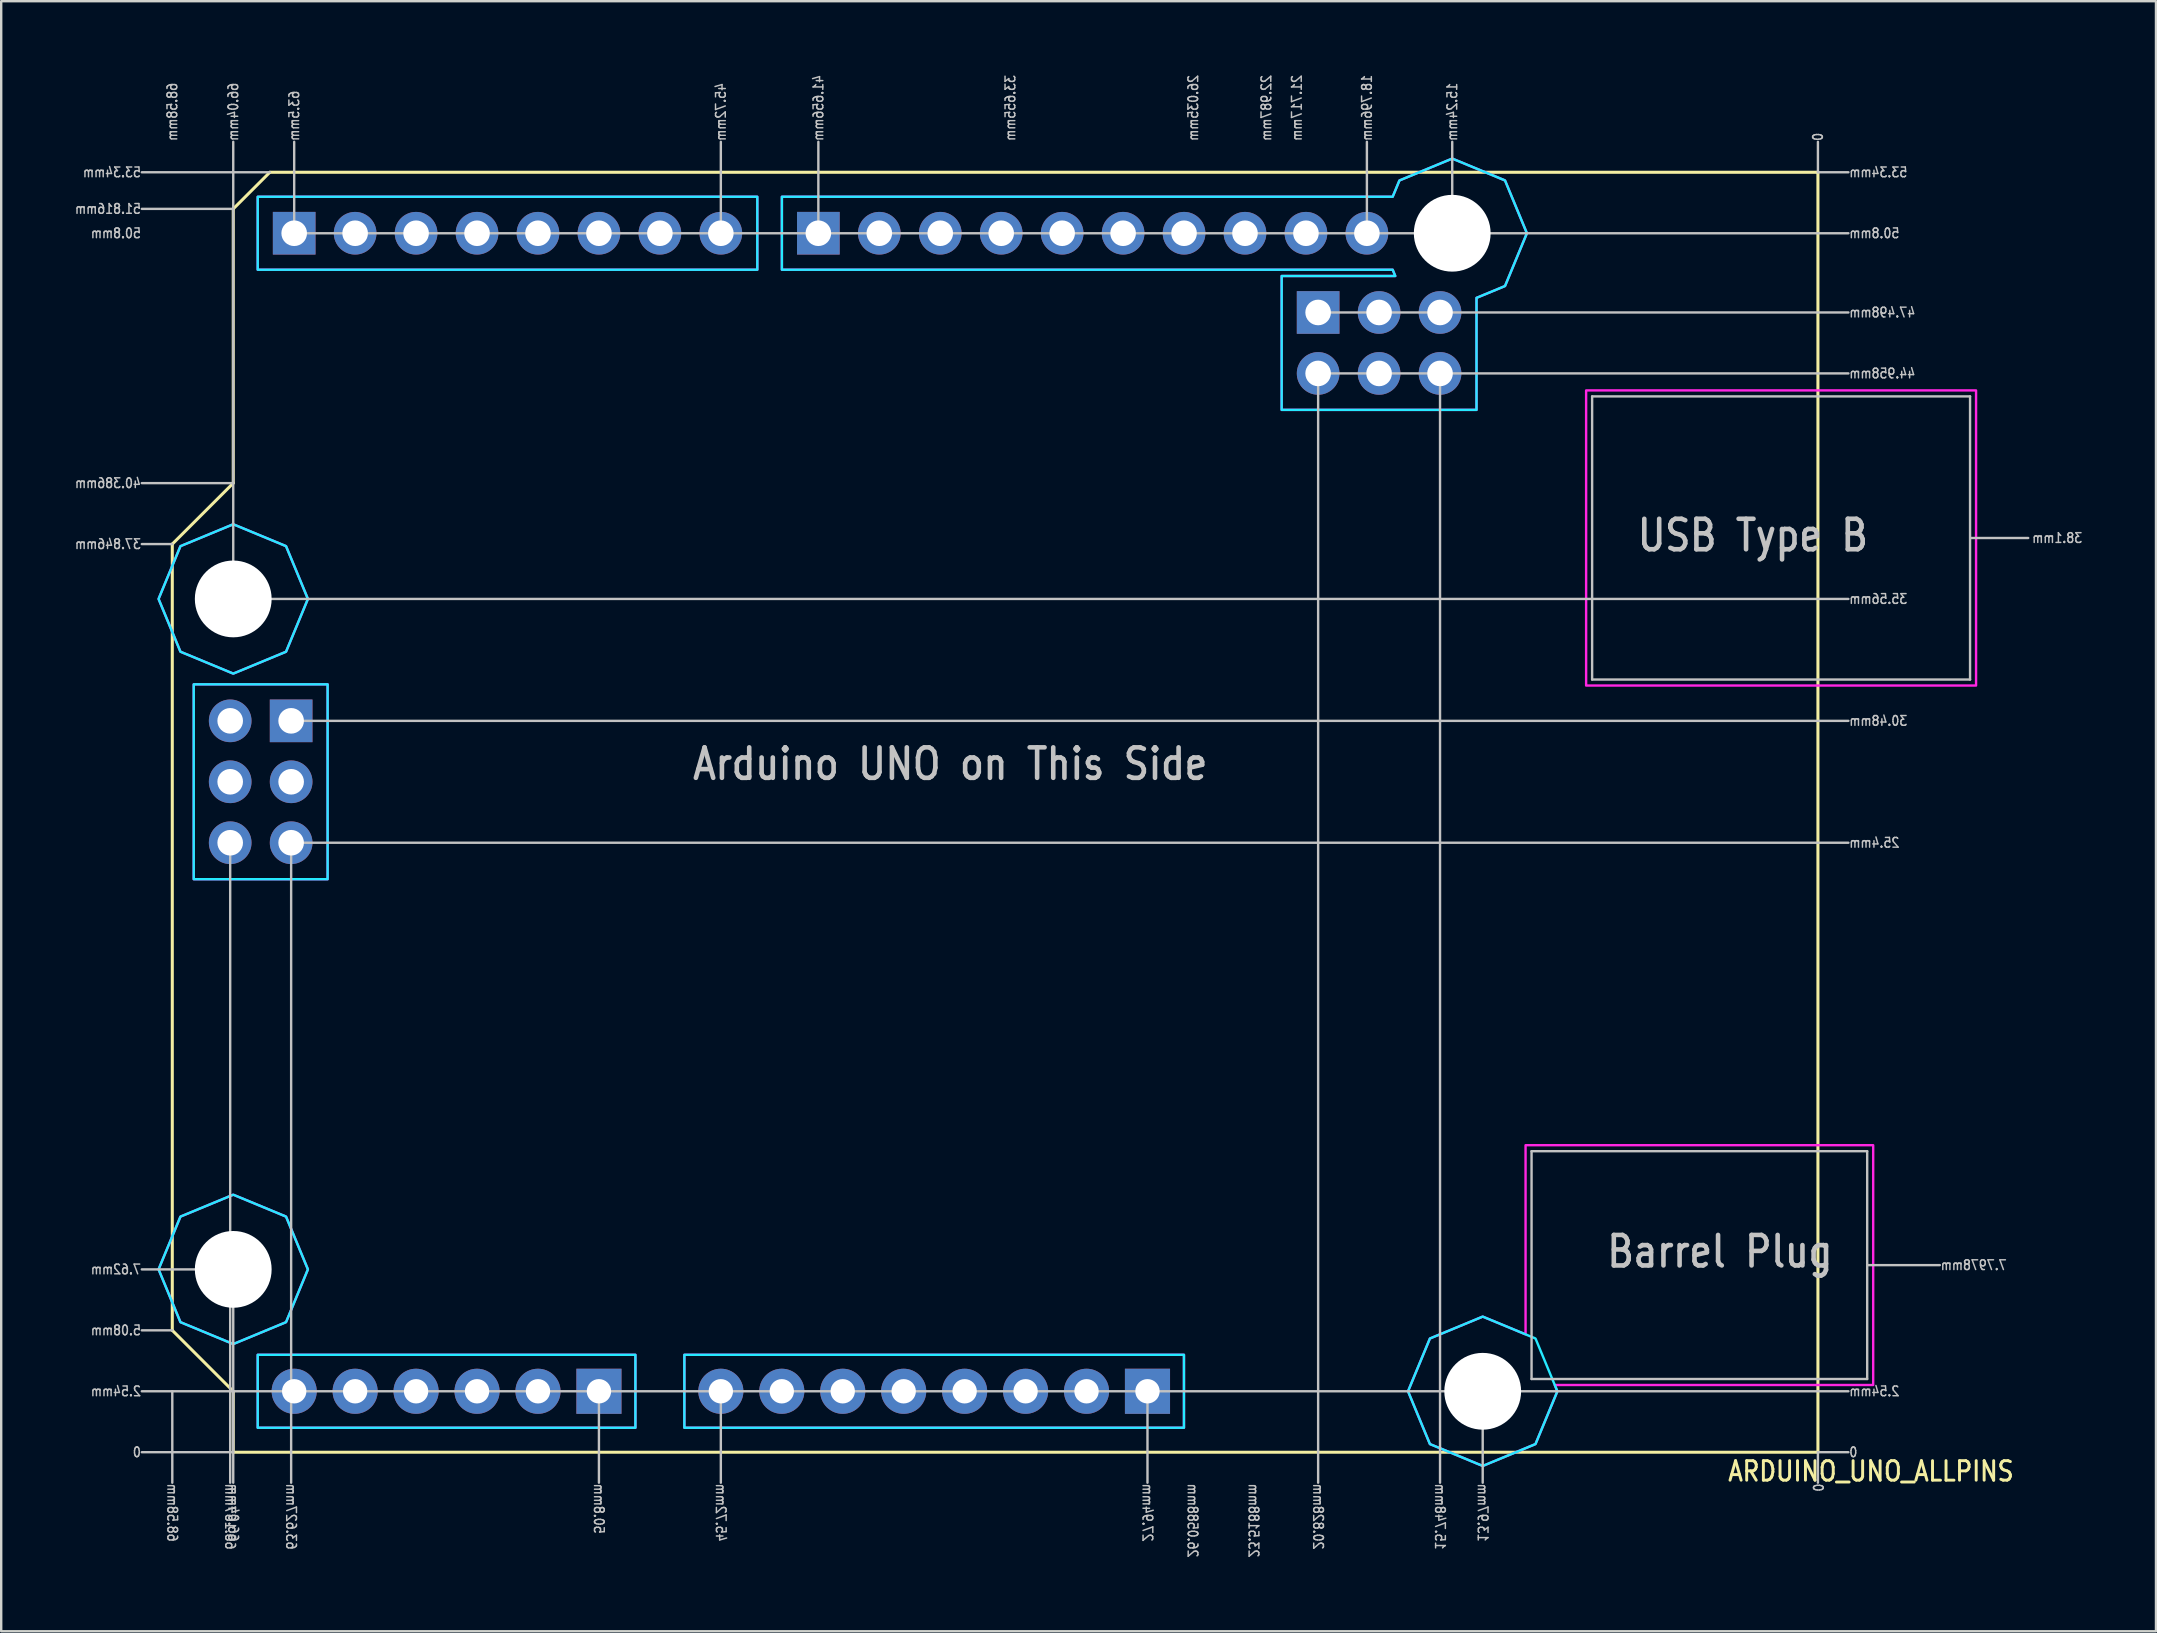
<source format=kicad_pcb>
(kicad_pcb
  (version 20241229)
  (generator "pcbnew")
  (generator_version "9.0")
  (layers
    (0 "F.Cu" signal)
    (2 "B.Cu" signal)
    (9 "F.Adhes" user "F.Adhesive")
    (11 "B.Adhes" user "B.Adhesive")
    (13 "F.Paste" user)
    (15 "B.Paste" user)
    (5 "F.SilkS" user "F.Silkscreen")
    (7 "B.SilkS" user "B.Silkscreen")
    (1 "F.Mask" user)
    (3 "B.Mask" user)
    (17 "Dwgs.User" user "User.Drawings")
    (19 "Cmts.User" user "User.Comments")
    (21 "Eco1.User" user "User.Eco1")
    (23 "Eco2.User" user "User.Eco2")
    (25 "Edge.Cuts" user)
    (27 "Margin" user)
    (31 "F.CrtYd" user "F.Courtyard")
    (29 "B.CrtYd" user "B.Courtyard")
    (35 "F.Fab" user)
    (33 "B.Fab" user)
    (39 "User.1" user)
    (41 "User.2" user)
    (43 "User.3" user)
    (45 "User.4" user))
  (footprint "ARDUINO_UNO_ALLPINS"
    (layer "F.Cu")
    (at 72.71 57.47)
    (property "Reference" "ARDUINO_UNO_ALLPINS" (at -3.81 1.27 0) (unlocked yes) (layer "F.SilkS") (effects (font (size 0.813 0.695) (thickness 0.122)) (justify left bottom)))
    (fp_circle (center -66.04 -35.56) (end -63.19 -35.56) (stroke (width 0) (type solid)) (fill yes) (layer "F.Mask"))
    (fp_circle (center -66.04 -35.56) (end -63.19 -35.56) (stroke (width 0) (type solid)) (fill yes) (layer "F.Mask"))
    (fp_circle (center -66.04 -7.62) (end -63.19 -7.62) (stroke (width 0) (type solid)) (fill yes) (layer "F.Mask"))
    (fp_circle (center -66.04 -7.62) (end -63.19 -7.62) (stroke (width 0) (type solid)) (fill yes) (layer "F.Mask"))
    (fp_circle (center -15.24 -50.8) (end -12.39 -50.8) (stroke (width 0) (type solid)) (fill yes) (layer "F.Mask"))
    (fp_circle (center -15.24 -50.8) (end -12.39 -50.8) (stroke (width 0) (type solid)) (fill yes) (layer "F.Mask"))
    (fp_circle (center -13.97 -2.54) (end -11.12 -2.54) (stroke (width 0) (type solid)) (fill yes) (layer "F.Mask"))
    (fp_circle (center -13.97 -2.54) (end -11.12 -2.54) (stroke (width 0) (type solid)) (fill yes) (layer "F.Mask"))
    (fp_circle (center -66.04 -35.56) (end -63.19 -35.56) (stroke (width 0) (type solid)) (fill yes) (layer "B.Mask"))
    (fp_circle (center -66.04 -7.62) (end -63.19 -7.62) (stroke (width 0) (type solid)) (fill yes) (layer "B.Mask"))
    (fp_circle (center -15.24 -50.8) (end -12.39 -50.8) (stroke (width 0) (type solid)) (fill yes) (layer "B.Mask"))
    (fp_circle (center -13.97 -2.54) (end -11.12 -2.54) (stroke (width 0) (type solid)) (fill yes) (layer "B.Mask"))
    (fp_line (start -68.58 -37.846) (end -68.58 -5.08) (stroke (width 0.127) (type solid)) (layer "F.SilkS"))
    (fp_line (start -68.58 -5.08) (end -66.04 -2.54) (stroke (width 0.127) (type solid)) (layer "F.SilkS"))
    (fp_line (start -66.04 -51.816) (end -66.04 -40.386) (stroke (width 0.127) (type solid)) (layer "F.SilkS"))
    (fp_line (start -66.04 -40.386) (end -68.58 -37.846) (stroke (width 0.127) (type solid)) (layer "F.SilkS"))
    (fp_line (start -66.04 -2.54) (end -66.04 0) (stroke (width 0.127) (type solid)) (layer "F.SilkS"))
    (fp_line (start -66.04 0) (end 0 0) (stroke (width 0.127) (type solid)) (layer "F.SilkS"))
    (fp_line (start -64.516 -53.34) (end -66.04 -51.816) (stroke (width 0.127) (type solid)) (layer "F.SilkS"))
    (fp_line (start 0 -53.34) (end -64.516 -53.34) (stroke (width 0.127) (type solid)) (layer "F.SilkS"))
    (fp_line (start 0 0) (end 0 -53.34) (stroke (width 0.127) (type solid)) (layer "F.SilkS"))
    (fp_line (start -68.58 -37.846) (end -69.85 -37.846) (stroke (width 0.1) (type solid)) (layer "Dwgs.User"))
    (fp_line (start -68.58 -5.08) (end -69.85 -5.08) (stroke (width 0.1) (type solid)) (layer "Dwgs.User"))
    (fp_line (start -68.58 -2.54) (end -68.58 1.27) (stroke (width 0.1) (type solid)) (layer "Dwgs.User"))
    (fp_line (start -66.167 -25.4) (end -66.167 1.27) (stroke (width 0.1) (type solid)) (layer "Dwgs.User"))
    (fp_line (start -66.04 -51.816) (end -69.85 -51.816) (stroke (width 0.1) (type solid)) (layer "Dwgs.User"))
    (fp_line (start -66.04 -40.386) (end -69.85 -40.386) (stroke (width 0.1) (type solid)) (layer "Dwgs.User"))
    (fp_line (start -66.04 -35.56) (end -66.04 -54.61) (stroke (width 0.1) (type solid)) (layer "Dwgs.User"))
    (fp_line (start -66.04 -35.56) (end 1.27 -35.56) (stroke (width 0.1) (type solid)) (layer "Dwgs.User"))
    (fp_line (start -66.04 -7.62) (end -69.85 -7.62) (stroke (width 0.1) (type solid)) (layer "Dwgs.User"))
    (fp_line (start -66.04 0) (end -69.85 0) (stroke (width 0.1) (type solid)) (layer "Dwgs.User"))
    (fp_line (start -66.04 1.27) (end -66.04 -7.62) (stroke (width 0.1) (type solid)) (layer "Dwgs.User"))
    (fp_line (start -64.516 -53.34) (end -69.85 -53.34) (stroke (width 0.1) (type solid)) (layer "Dwgs.User"))
    (fp_line (start -63.627 -25.4) (end -63.627 1.27) (stroke (width 0.1) (type solid)) (layer "Dwgs.User"))
    (fp_line (start -63.627 -25.4) (end 1.27 -25.4) (stroke (width 0.1) (type solid)) (layer "Dwgs.User"))
    (fp_line (start -63.5 -50.8) (end -63.5 -54.61) (stroke (width 0.1) (type solid)) (layer "Dwgs.User"))
    (fp_line (start -63.5 -50.8) (end -45.72 -50.8) (stroke (width 0.1) (type solid)) (layer "Dwgs.User"))
    (fp_line (start -63.5 -30.48) (end 1.27 -30.48) (stroke (width 0.1) (type solid)) (layer "Dwgs.User"))
    (fp_line (start -50.8 -2.54) (end -50.8 1.27) (stroke (width 0.1) (type solid)) (layer "Dwgs.User"))
    (fp_line (start -45.72 -50.8) (end -45.72 -54.61) (stroke (width 0.1) (type solid)) (layer "Dwgs.User"))
    (fp_line (start -45.72 -50.8) (end -41.656 -50.8) (stroke (width 0.1) (type solid)) (layer "Dwgs.User"))
    (fp_line (start -45.72 -2.54) (end -45.72 1.27) (stroke (width 0.1) (type solid)) (layer "Dwgs.User"))
    (fp_line (start -41.656 -50.8) (end -41.656 -54.61) (stroke (width 0.1) (type solid)) (layer "Dwgs.User"))
    (fp_line (start -41.656 -50.8) (end -18.796 -50.8) (stroke (width 0.1) (type solid)) (layer "Dwgs.User"))
    (fp_line (start -27.94 -2.54) (end -27.94 1.27) (stroke (width 0.1) (type solid)) (layer "Dwgs.User"))
    (fp_line (start -20.828 -47.498) (end 1.27 -47.498) (stroke (width 0.1) (type solid)) (layer "Dwgs.User"))
    (fp_line (start -20.828 -44.958) (end -20.828 1.27) (stroke (width 0.1) (type solid)) (layer "Dwgs.User"))
    (fp_line (start -20.828 -44.958) (end -15.748 -44.958) (stroke (width 0.1) (type solid)) (layer "Dwgs.User"))
    (fp_line (start -18.796 -50.8) (end -18.796 -54.61) (stroke (width 0.1) (type solid)) (layer "Dwgs.User"))
    (fp_line (start -18.796 -50.8) (end -15.24 -50.8) (stroke (width 0.1) (type solid)) (layer "Dwgs.User"))
    (fp_line (start -15.748 -44.958) (end -15.748 1.27) (stroke (width 0.1) (type solid)) (layer "Dwgs.User"))
    (fp_line (start -15.748 -44.958) (end 1.27 -44.958) (stroke (width 0.1) (type solid)) (layer "Dwgs.User"))
    (fp_line (start -15.24 -50.8) (end -15.24 -54.61) (stroke (width 0.1) (type solid)) (layer "Dwgs.User"))
    (fp_line (start -15.24 -50.8) (end 1.27 -50.8) (stroke (width 0.1) (type solid)) (layer "Dwgs.User"))
    (fp_line (start -13.97 -2.54) (end -69.85 -2.54) (stroke (width 0.1) (type solid)) (layer "Dwgs.User"))
    (fp_line (start -13.97 -2.54) (end -13.97 1.27) (stroke (width 0.1) (type solid)) (layer "Dwgs.User"))
    (fp_line (start -13.97 -2.54) (end 1.27 -2.54) (stroke (width 0.1) (type solid)) (layer "Dwgs.User"))
    (fp_line (start -11.934 -12.544) (end -11.934 -3.052) (stroke (width 0.1) (type solid)) (layer "Dwgs.User"))
    (fp_line (start -11.934 -3.052) (end 2.053 -3.052) (stroke (width 0.1) (type solid)) (layer "Dwgs.User"))
    (fp_line (start -9.41 -44) (end 6.34 -44) (stroke (width 0.1) (type solid)) (layer "Dwgs.User"))
    (fp_line (start -9.41 -32.2) (end -9.41 -44) (stroke (width 0.1) (type solid)) (layer "Dwgs.User"))
    (fp_line (start 0 -53.34) (end 0 -54.61) (stroke (width 0.1) (type solid)) (layer "Dwgs.User"))
    (fp_line (start 0 -53.34) (end 1.27 -53.34) (stroke (width 0.1) (type solid)) (layer "Dwgs.User"))
    (fp_line (start 0 0) (end 0 1.27) (stroke (width 0.1) (type solid)) (layer "Dwgs.User"))
    (fp_line (start 0 0) (end 1.27 0) (stroke (width 0.1) (type solid)) (layer "Dwgs.User"))
    (fp_line (start 2.053 -12.544) (end -11.934 -12.544) (stroke (width 0.1) (type solid)) (layer "Dwgs.User"))
    (fp_line (start 2.053 -7.798) (end 5.08 -7.798) (stroke (width 0.1) (type solid)) (layer "Dwgs.User"))
    (fp_line (start 2.053 -3.052) (end 2.053 -12.544) (stroke (width 0.1) (type solid)) (layer "Dwgs.User"))
    (fp_line (start 6.34 -44) (end 6.34 -32.2) (stroke (width 0.1) (type solid)) (layer "Dwgs.User"))
    (fp_line (start 6.34 -32.2) (end -9.41 -32.2) (stroke (width 0.1) (type solid)) (layer "Dwgs.User"))
    (fp_line (start 6.35 -38.1) (end 8.763 -38.1) (stroke (width 0.1) (type solid)) (layer "Dwgs.User"))
    (fp_poly (pts (xy -62.107 -32) (xy -67.687 -32) (xy -67.687 -23.88) (xy -62.107 -23.88)) (stroke (width 0.1) (type solid)) (fill no) (layer "B.CrtYd"))
    (fp_poly (pts (xy -49.28 -4.06) (xy -65.02 -4.06) (xy -65.02 -1.02) (xy -49.28 -1.02)) (stroke (width 0.1) (type solid)) (fill no) (layer "B.CrtYd"))
    (fp_poly (pts (xy -44.2 -52.32) (xy -65.02 -52.32) (xy -65.02 -49.28) (xy -44.2 -49.28)) (stroke (width 0.1) (type solid)) (fill no) (layer "B.CrtYd"))
    (fp_poly (pts (xy -26.42 -4.06) (xy -47.24 -4.06) (xy -47.24 -1.02) (xy -26.42 -1.02)) (stroke (width 0.1) (type solid)) (fill no) (layer "B.CrtYd"))
    (fp_poly (pts (xy -69.152 -35.56) (xy -68.24 -37.76) (xy -66.04 -38.672) (xy -63.84 -37.76) (xy -62.928 -35.56) (xy -63.84 -33.36) (xy -66.04 -32.448) (xy -68.24 -33.36)) (stroke (width 0.1) (type solid)) (fill no) (layer "B.CrtYd"))
    (fp_poly (pts (xy -69.152 -7.62) (xy -68.24 -9.82) (xy -66.04 -10.732) (xy -63.84 -9.82) (xy -62.928 -7.62) (xy -63.84 -5.42) (xy -66.04 -4.508) (xy -68.24 -5.42)) (stroke (width 0.1) (type solid)) (fill no) (layer "B.CrtYd"))
    (fp_poly (pts (xy -17.082 -2.54) (xy -16.17 -4.74) (xy -13.97 -5.652) (xy -11.77 -4.74) (xy -10.858 -2.54) (xy -11.77 -0.34) (xy -13.97 0.572) (xy -16.17 -0.34)) (stroke (width 0.1) (type solid)) (fill no) (layer "B.CrtYd"))
    (fp_poly (pts (xy -17.722 -52.32) (xy -17.44 -53) (xy -15.24 -53.912) (xy -13.04 -53) (xy -12.128 -50.8) (xy -13.04 -48.6) (xy -14.228 -48.107) (xy -14.228 -43.438) (xy -22.348 -43.438) (xy -22.348 -49.018) (xy -17.614 -49.018) (xy -17.722 -49.28) (xy -43.176 -49.28) (xy -43.176 -52.32)) (stroke (width 0.1) (type solid)) (fill no) (layer "B.CrtYd"))
    (fp_poly (pts (xy -62.107 -32) (xy -67.687 -32) (xy -67.687 -23.88) (xy -62.107 -23.88)) (stroke (width 0.1) (type solid)) (fill no) (layer "F.CrtYd"))
    (fp_poly (pts (xy -49.28 -4.06) (xy -65.02 -4.06) (xy -65.02 -1.02) (xy -49.28 -1.02)) (stroke (width 0.1) (type solid)) (fill no) (layer "F.CrtYd"))
    (fp_poly (pts (xy -44.2 -52.32) (xy -65.02 -52.32) (xy -65.02 -49.28) (xy -44.2 -49.28)) (stroke (width 0.1) (type solid)) (fill no) (layer "F.CrtYd"))
    (fp_poly (pts (xy -26.42 -4.06) (xy -47.24 -4.06) (xy -47.24 -1.02) (xy -26.42 -1.02)) (stroke (width 0.1) (type solid)) (fill no) (layer "F.CrtYd"))
    (fp_poly (pts (xy 6.59 -44.25) (xy -9.66 -44.25) (xy -9.66 -31.95) (xy 6.59 -31.95)) (stroke (width 0.1) (type solid)) (fill no) (layer "F.CrtYd"))
    (fp_poly (pts (xy -69.152 -35.56) (xy -68.24 -37.76) (xy -66.04 -38.672) (xy -63.84 -37.76) (xy -62.928 -35.56) (xy -63.84 -33.36) (xy -66.04 -32.448) (xy -68.24 -33.36)) (stroke (width 0.1) (type solid)) (fill no) (layer "F.CrtYd"))
    (fp_poly (pts (xy -69.152 -7.62) (xy -68.24 -9.82) (xy -66.04 -10.732) (xy -63.84 -9.82) (xy -62.928 -7.62) (xy -63.84 -5.42) (xy -66.04 -4.508) (xy -68.24 -5.42)) (stroke (width 0.1) (type solid)) (fill no) (layer "F.CrtYd"))
    (fp_poly (pts (xy -17.082 -2.54) (xy -16.17 -4.74) (xy -13.97 -5.652) (xy -12.184 -4.912) (xy -12.184 -12.794) (xy 2.303 -12.794) (xy 2.303 -2.802) (xy -10.967 -2.802) (xy -10.858 -2.54) (xy -11.77 -0.34) (xy -13.97 0.572) (xy -16.17 -0.34)) (stroke (width 0.1) (type solid)) (fill no) (layer "F.CrtYd"))
    (fp_poly (pts (xy -17.722 -52.32) (xy -17.44 -53) (xy -15.24 -53.912) (xy -13.04 -53) (xy -12.128 -50.8) (xy -13.04 -48.6) (xy -14.228 -48.107) (xy -14.228 -43.438) (xy -22.348 -43.438) (xy -22.348 -49.018) (xy -17.614 -49.018) (xy -17.722 -49.28) (xy -43.176 -49.28) (xy -43.176 -52.32)) (stroke (width 0.1) (type solid)) (fill no) (layer "F.CrtYd"))
    (fp_text user "50.8mm" (at -69.85 -50.8 0) (unlocked yes) (layer "Dwgs.User") (effects (font (size 0.406 0.347) (thickness 0.061)) (justify left mirror)))
    (fp_text user "45.72mm" (at -45.72 1.27 270) (unlocked yes) (layer "Dwgs.User") (effects (font (size 0.406 0.347) (thickness 0.061)) (justify right mirror)))
    (fp_text user "0" (at 1.27 0 0) (unlocked yes) (layer "Dwgs.User") (effects (font (size 0.406 0.347) (thickness 0.061)) (justify right mirror)))
    (fp_text user "15.748mm" (at -15.748 1.27 270) (unlocked yes) (layer "Dwgs.User") (effects (font (size 0.406 0.347) (thickness 0.061)) (justify right mirror)))
    (fp_text user "33.655mm" (at -33.655 -54.61 90) (unlocked yes) (layer "Dwgs.User") (effects (font (size 0.406 0.347) (thickness 0.061)) (justify right mirror)))
    (fp_text user "13.97mm" (at -13.97 1.27 270) (unlocked yes) (layer "Dwgs.User") (effects (font (size 0.406 0.347) (thickness 0.061)) (justify right mirror)))
    (fp_text user "22.987mm" (at -22.987 -54.61 90) (unlocked yes) (layer "Dwgs.User") (effects (font (size 0.406 0.347) (thickness 0.061)) (justify right mirror)))
    (fp_text user "2.54mm" (at -69.85 -2.54 0) (unlocked yes) (layer "Dwgs.User") (effects (font (size 0.406 0.347) (thickness 0.061)) (justify left mirror)))
    (fp_text user "66.04mm" (at -66.04 -54.61 90) (unlocked yes) (layer "Dwgs.User") (effects (font (size 0.406 0.347) (thickness 0.061)) (justify right mirror)))
    (fp_text user "44.958mm" (at 1.27 -44.958 0) (unlocked yes) (layer "Dwgs.User") (effects (font (size 0.406 0.347) (thickness 0.061)) (justify right mirror)))
    (fp_text user "66.04mm" (at -66.04 1.27 270) (unlocked yes) (layer "Dwgs.User") (effects (font (size 0.406 0.347) (thickness 0.061)) (justify right mirror)))
    (fp_text user "40.386mm" (at -69.85 -40.386 0) (unlocked yes) (layer "Dwgs.User") (effects (font (size 0.406 0.347) (thickness 0.061)) (justify left mirror)))
    (fp_text user "68.58mm" (at -68.58 1.27 270) (unlocked yes) (layer "Dwgs.User") (effects (font (size 0.406 0.347) (thickness 0.061)) (justify right mirror)))
    (fp_text user "25.4mm" (at 1.27 -25.4 0) (unlocked yes) (layer "Dwgs.User") (effects (font (size 0.406 0.347) (thickness 0.061)) (justify right mirror)))
    (fp_text user "26.035mm" (at -26.035 -54.61 90) (unlocked yes) (layer "Dwgs.User") (effects (font (size 0.406 0.347) (thickness 0.061)) (justify right mirror)))
    (fp_text user "53.34mm" (at -69.85 -53.34 0) (unlocked yes) (layer "Dwgs.User") (effects (font (size 0.406 0.347) (thickness 0.061)) (justify left mirror)))
    (fp_text user "21.717mm" (at -21.717 -54.61 90) (unlocked yes) (layer "Dwgs.User") (effects (font (size 0.406 0.347) (thickness 0.061)) (justify right mirror)))
    (fp_text user "50.8mm" (at 1.27 -50.8 0) (unlocked yes) (layer "Dwgs.User") (effects (font (size 0.406 0.347) (thickness 0.061)) (justify right mirror)))
    (fp_text user "50.8mm" (at -50.8 1.27 270) (unlocked yes) (layer "Dwgs.User") (effects (font (size 0.406 0.347) (thickness 0.061)) (justify right mirror)))
    (fp_text user "20.828mm" (at -20.828 1.27 270) (unlocked yes) (layer "Dwgs.User") (effects (font (size 0.406 0.347) (thickness 0.061)) (justify right mirror)))
    (fp_text user "7.7978mm" (at 5.08 -7.798 0) (unlocked yes) (layer "Dwgs.User") (effects (font (size 0.406 0.347) (thickness 0.061)) (justify right mirror)))
    (fp_text user "53.34mm" (at 1.27 -53.34 0) (unlocked yes) (layer "Dwgs.User") (effects (font (size 0.406 0.347) (thickness 0.061)) (justify right mirror)))
    (fp_text user "37.846mm" (at -69.85 -37.846 0) (unlocked yes) (layer "Dwgs.User") (effects (font (size 0.406 0.347) (thickness 0.061)) (justify left mirror)))
    (fp_text user "2.54mm" (at 1.27 -2.54 0) (unlocked yes) (layer "Dwgs.User") (effects (font (size 0.406 0.347) (thickness 0.061)) (justify right mirror)))
    (fp_text user "0" (at -69.85 0 0) (unlocked yes) (layer "Dwgs.User") (effects (font (size 0.406 0.347) (thickness 0.061)) (justify left mirror)))
    (fp_text user "0" (at 0 -54.61 90) (unlocked yes) (layer "Dwgs.User") (effects (font (size 0.406 0.347) (thickness 0.061)) (justify right mirror)))
    (fp_text user "51.816mm" (at -69.85 -51.816 0) (unlocked yes) (layer "Dwgs.User") (effects (font (size 0.406 0.347) (thickness 0.061)) (justify left mirror)))
    (fp_text user "USB Type B" (at -7.62 -37.465 0) (unlocked yes) (layer "Dwgs.User") (effects (font (size 1.27 1.086) (thickness 0.191)) (justify left bottom)))
    (fp_text user "0" (at 0 1.27 270) (unlocked yes) (layer "Dwgs.User") (effects (font (size 0.406 0.347) (thickness 0.061)) (justify right mirror)))
    (fp_text user "27.94mm" (at -27.94 1.27 270) (unlocked yes) (layer "Dwgs.User") (effects (font (size 0.406 0.347) (thickness 0.061)) (justify right mirror)))
    (fp_text user "63.5mm" (at -63.5 -54.61 90) (unlocked yes) (layer "Dwgs.User") (effects (font (size 0.406 0.347) (thickness 0.061)) (justify right mirror)))
    (fp_text user "41.656mm" (at -41.656 -54.61 90) (unlocked yes) (layer "Dwgs.User") (effects (font (size 0.406 0.347) (thickness 0.061)) (justify right mirror)))
    (fp_text user "66.167mm" (at -66.167 1.27 270) (unlocked yes) (layer "Dwgs.User") (effects (font (size 0.406 0.347) (thickness 0.061)) (justify right mirror)))
    (fp_text user "18.796mm" (at -18.796 -54.61 90) (unlocked yes) (layer "Dwgs.User") (effects (font (size 0.406 0.347) (thickness 0.061)) (justify right mirror)))
    (fp_text user "30.48mm" (at 1.27 -30.48 0) (unlocked yes) (layer "Dwgs.User") (effects (font (size 0.406 0.347) (thickness 0.061)) (justify right mirror)))
    (fp_text user "26.0588mm" (at -26.059 1.27 270) (unlocked yes) (layer "Dwgs.User") (effects (font (size 0.406 0.347) (thickness 0.061)) (justify right mirror)))
    (fp_text user "47.498mm" (at 1.27 -47.498 0) (unlocked yes) (layer "Dwgs.User") (effects (font (size 0.406 0.347) (thickness 0.061)) (justify right mirror)))
    (fp_text user "35.56mm" (at 1.27 -35.56 0) (unlocked yes) (layer "Dwgs.User") (effects (font (size 0.406 0.347) (thickness 0.061)) (justify right mirror)))
    (fp_text user "Arduino UNO on This Side" (at -46.99 -27.94 0) (unlocked yes) (layer "Dwgs.User") (effects (font (size 1.27 1.086) (thickness 0.191)) (justify left bottom)))
    (fp_text user "23.5188mm" (at -23.519 1.27 270) (unlocked yes) (layer "Dwgs.User") (effects (font (size 0.406 0.347) (thickness 0.061)) (justify right mirror)))
    (fp_text user "7.62mm" (at -69.85 -7.62 0) (unlocked yes) (layer "Dwgs.User") (effects (font (size 0.406 0.347) (thickness 0.061)) (justify left mirror)))
    (fp_text user "68.58mm" (at -68.58 -54.61 90) (unlocked yes) (layer "Dwgs.User") (effects (font (size 0.406 0.347) (thickness 0.061)) (justify right mirror)))
    (fp_text user "15.24mm" (at -15.24 -54.61 90) (unlocked yes) (layer "Dwgs.User") (effects (font (size 0.406 0.347) (thickness 0.061)) (justify right mirror)))
    (fp_text user "5.08mm" (at -69.85 -5.08 0) (unlocked yes) (layer "Dwgs.User") (effects (font (size 0.406 0.347) (thickness 0.061)) (justify left mirror)))
    (fp_text user "Barrel Plug" (at -8.89 -7.62 0) (unlocked yes) (layer "Dwgs.User") (effects (font (size 1.27 1.086) (thickness 0.191)) (justify left bottom)))
    (fp_text user "45.72mm" (at -45.72 -54.61 90) (unlocked yes) (layer "Dwgs.User") (effects (font (size 0.406 0.347) (thickness 0.061)) (justify right mirror)))
    (fp_text user "63.627mm" (at -63.627 1.27 270) (unlocked yes) (layer "Dwgs.User") (effects (font (size 0.406 0.347) (thickness 0.061)) (justify right mirror)))
    (fp_text user "38.1mm" (at 8.89 -38.1 0) (unlocked yes) (layer "Dwgs.User") (effects (font (size 0.406 0.347) (thickness 0.061)) (justify right mirror)))
    (pad "" np_thru_hole circle (at -66.04 -35.56) (size 3.2 3.2) (drill 3.2) (layers "*.Cu" "*.Mask"))
    (pad "" np_thru_hole circle (at -66.04 -7.62) (size 3.2 3.2) (drill 3.2) (layers "*.Cu" "*.Mask"))
    (pad "" np_thru_hole circle (at -15.24 -50.8) (size 3.2 3.2) (drill 3.2) (layers "*.Cu" "*.Mask"))
    (pad "" np_thru_hole circle (at -13.97 -2.54) (size 3.2 3.2) (drill 3.2) (layers "*.Cu" "*.Mask"))
    (pad "0" thru_hole rect (at -63.5 -50.8 270) (size 1.778 1.778) (drill 1.067) (layers "*.Cu" "*.Mask"))
    (pad "1" thru_hole oval (at -60.96 -50.8 270) (size 1.778 1.778) (drill 1.067) (layers "*.Cu" "*.Mask"))
    (pad "2" thru_hole oval (at -58.42 -50.8 270) (size 1.778 1.778) (drill 1.067) (layers "*.Cu" "*.Mask"))
    (pad "3" thru_hole oval (at -55.88 -50.8 270) (size 1.778 1.778) (drill 1.067) (layers "*.Cu" "*.Mask"))
    (pad "3V3" thru_hole oval (at -35.56 -2.54 90) (size 1.88 1.88) (drill 1.016) (layers "*.Cu" "*.Mask"))
    (pad "4" thru_hole oval (at -53.34 -50.8 270) (size 1.778 1.778) (drill 1.067) (layers "*.Cu" "*.Mask"))
    (pad "5" thru_hole oval (at -50.8 -50.8 270) (size 1.778 1.778) (drill 1.067) (layers "*.Cu" "*.Mask"))
    (pad "5V0" thru_hole oval (at -38.1 -2.54 90) (size 1.88 1.88) (drill 1.016) (layers "*.Cu" "*.Mask"))
    (pad "5V_1" thru_hole oval (at -20.828 -44.958 270) (size 1.778 1.778) (drill 1.067) (layers "*.Cu" "*.Mask"))
    (pad "5V_2" thru_hole oval (at -66.167 -30.48 180) (size 1.778 1.778) (drill 1.067) (layers "*.Cu" "*.Mask"))
    (pad "6" thru_hole oval (at -48.26 -50.8 270) (size 1.778 1.778) (drill 1.067) (layers "*.Cu" "*.Mask"))
    (pad "7" thru_hole oval (at -45.72 -50.8 270) (size 1.778 1.778) (drill 1.067) (layers "*.Cu" "*.Mask"))
    (pad "8" thru_hole rect (at -41.656 -50.8 270) (size 1.778 1.778) (drill 1.067) (layers "*.Cu" "*.Mask"))
    (pad "9" thru_hole oval (at -39.116 -50.8 270) (size 1.778 1.778) (drill 1.067) (layers "*.Cu" "*.Mask"))
    (pad "10" thru_hole oval (at -36.576 -50.8 270) (size 1.778 1.778) (drill 1.067) (layers "*.Cu" "*.Mask"))
    (pad "11" thru_hole oval (at -34.036 -50.8 270) (size 1.778 1.778) (drill 1.067) (layers "*.Cu" "*.Mask"))
    (pad "12" thru_hole oval (at -31.496 -50.8 270) (size 1.778 1.778) (drill 1.067) (layers "*.Cu" "*.Mask"))
    (pad "13" thru_hole oval (at -28.956 -50.8 270) (size 1.778 1.778) (drill 1.067) (layers "*.Cu" "*.Mask"))
    (pad "A0" thru_hole rect (at -50.8 -2.54 90) (size 1.88 1.88) (drill 1.016) (layers "*.Cu" "*.Mask"))
    (pad "A1" thru_hole oval (at -53.34 -2.54 90) (size 1.88 1.88) (drill 1.016) (layers "*.Cu" "*.Mask"))
    (pad "A2" thru_hole oval (at -55.88 -2.54 90) (size 1.88 1.88) (drill 1.016) (layers "*.Cu" "*.Mask"))
    (pad "A3" thru_hole oval (at -58.42 -2.54 90) (size 1.88 1.88) (drill 1.016) (layers "*.Cu" "*.Mask"))
    (pad "A4" thru_hole oval (at -60.96 -2.54 90) (size 1.88 1.88) (drill 1.016) (layers "*.Cu" "*.Mask"))
    (pad "A5" thru_hole oval (at -63.5 -2.54 90) (size 1.88 1.88) (drill 1.016) (layers "*.Cu" "*.Mask"))
    (pad "AREF" thru_hole oval (at -23.876 -50.8 270) (size 1.778 1.778) (drill 1.067) (layers "*.Cu" "*.Mask"))
    (pad "GND" thru_hole oval (at -40.64 -2.54 90) (size 1.88 1.88) (drill 1.016) (layers "*.Cu" "*.Mask"))
    (pad "GND_1" thru_hole oval (at -43.18 -2.54 90) (size 1.88 1.88) (drill 1.016) (layers "*.Cu" "*.Mask"))
    (pad "GND_2" thru_hole oval (at -15.748 -44.958 270) (size 1.778 1.778) (drill 1.067) (layers "*.Cu" "*.Mask"))
    (pad "GND_4" thru_hole oval (at -26.416 -50.8 270) (size 1.778 1.778) (drill 1.067) (layers "*.Cu" "*.Mask"))
    (pad "GND_5" thru_hole oval (at -66.167 -25.4 180) (size 1.778 1.778) (drill 1.067) (layers "*.Cu" "*.Mask"))
    (pad "IOREF" thru_hole oval (at -30.48 -2.54 90) (size 1.88 1.88) (drill 1.016) (layers "*.Cu" "*.Mask"))
    (pad "MASTER_RESET_SPI" thru_hole oval (at -63.627 -25.4 180) (size 1.778 1.778) (drill 1.067) (layers "*.Cu" "*.Mask"))
    (pad "MISO" thru_hole rect (at -63.627 -30.48 180) (size 1.778 1.778) (drill 1.067) (layers "*.Cu" "*.Mask"))
    (pad "MISO2" thru_hole rect (at -20.828 -47.498 270) (size 1.778 1.778) (drill 1.067) (layers "*.Cu" "*.Mask"))
    (pad "MOSI" thru_hole oval (at -66.167 -27.94 180) (size 1.778 1.778) (drill 1.067) (layers "*.Cu" "*.Mask"))
    (pad "MOSI2" thru_hole oval (at -18.288 -44.958 270) (size 1.778 1.778) (drill 1.067) (layers "*.Cu" "*.Mask"))
    (pad "NC_2" thru_hole rect (at -27.94 -2.54 90) (size 1.88 1.88) (drill 1.016) (layers "*.Cu" "*.Mask"))
    (pad "RESET" thru_hole oval (at -33.02 -2.54 90) (size 1.88 1.88) (drill 1.016) (layers "*.Cu" "*.Mask"))
    (pad "RESET2" thru_hole oval (at -15.748 -47.498 270) (size 1.778 1.778) (drill 1.067) (layers "*.Cu" "*.Mask"))
    (pad "SCL" thru_hole oval (at -18.796 -50.8 270) (size 1.778 1.778) (drill 1.067) (layers "*.Cu" "*.Mask"))
    (pad "SDA" thru_hole oval (at -21.336 -50.8 270) (size 1.778 1.778) (drill 1.067) (layers "*.Cu" "*.Mask"))
    (pad "SPCK" thru_hole oval (at -63.627 -27.94 180) (size 1.778 1.778) (drill 1.067) (layers "*.Cu" "*.Mask"))
    (pad "SPCK2" thru_hole oval (at -18.288 -47.498 270) (size 1.778 1.778) (drill 1.067) (layers "*.Cu" "*.Mask"))
    (pad "VIN" thru_hole oval (at -45.72 -2.54 90) (size 1.88 1.88) (drill 1.016) (layers "*.Cu" "*.Mask")))
  (gr_rect
    (start -3 -3)
    (end 86.798 64.931)
    (stroke (width 0.1) (type default))
    (fill no)
    (layer "Edge.Cuts")))
</source>
